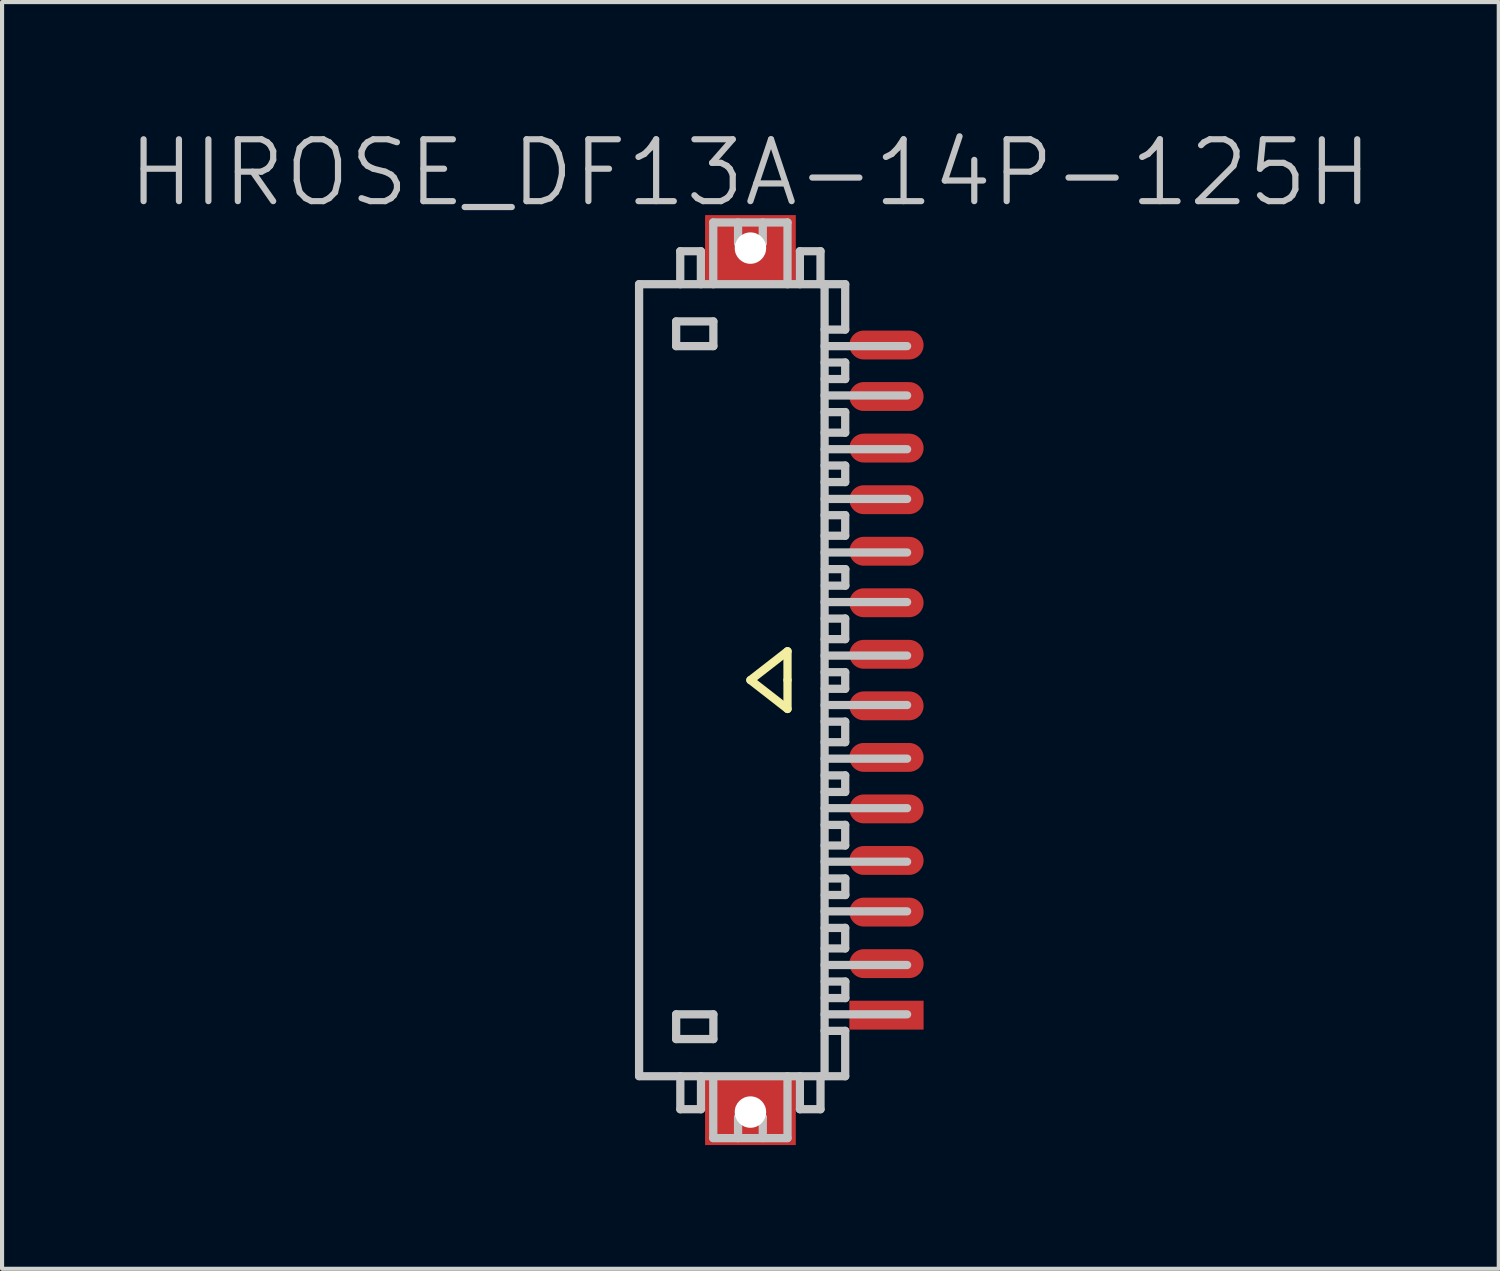
<source format=kicad_pcb>
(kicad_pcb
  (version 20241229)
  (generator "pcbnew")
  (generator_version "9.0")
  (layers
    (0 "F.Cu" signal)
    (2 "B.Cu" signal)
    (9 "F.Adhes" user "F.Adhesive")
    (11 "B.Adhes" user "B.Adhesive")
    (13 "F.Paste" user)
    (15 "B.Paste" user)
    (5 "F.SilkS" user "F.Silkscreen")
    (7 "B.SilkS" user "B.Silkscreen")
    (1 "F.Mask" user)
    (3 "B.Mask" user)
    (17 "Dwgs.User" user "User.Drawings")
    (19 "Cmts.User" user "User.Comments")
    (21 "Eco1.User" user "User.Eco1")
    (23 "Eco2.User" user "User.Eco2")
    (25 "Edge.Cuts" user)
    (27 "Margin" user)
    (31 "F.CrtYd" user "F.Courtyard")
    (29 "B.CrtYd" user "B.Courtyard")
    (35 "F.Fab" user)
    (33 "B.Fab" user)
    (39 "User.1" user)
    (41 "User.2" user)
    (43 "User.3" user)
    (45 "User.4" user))
  (footprint "HIROSE_DF13A-14P-125H"
    (layer "F.Cu")
    (at 15.146 13.441)
    (property "Reference" "HIROSE_DF13A-14P-125H" (at 0 -12.3 180) (layer "Dwgs.User") (effects (font (size 1.5 1.5) (thickness 0.15))))
    (attr smd)
    (fp_line (start 0 0) (end 0.9 0.7) (stroke (width 0.2) (type solid)) (layer "F.SilkS"))
    (fp_line (start 0.9 -0.7) (end 0 0) (stroke (width 0.2) (type solid)) (layer "F.SilkS"))
    (fp_line (start 0.9 0) (end 0.9 -0.7) (stroke (width 0.2) (type solid)) (layer "F.SilkS"))
    (fp_line (start 0.9 0.7) (end 0.9 0) (stroke (width 0.2) (type solid)) (layer "F.SilkS"))
    (fp_line (start -2.699 -9.601) (end -2.699 9.601) (stroke (width 0.2) (type solid)) (layer "Dwgs.User"))
    (fp_line (start -2.699 -9.599) (end 2.299 -9.599) (stroke (width 0.2) (type solid)) (layer "Dwgs.User"))
    (fp_line (start -1.8 -8.697) (end -1.8 -8.098) (stroke (width 0.2) (type solid)) (layer "Dwgs.User"))
    (fp_line (start -1.8 -8.098) (end -0.898 -8.098) (stroke (width 0.2) (type solid)) (layer "Dwgs.User"))
    (fp_line (start -1.8 8.105) (end -0.898 8.105) (stroke (width 0.2) (type solid)) (layer "Dwgs.User"))
    (fp_line (start -1.8 8.705) (end -1.8 8.105) (stroke (width 0.2) (type solid)) (layer "Dwgs.User"))
    (fp_line (start -1.701 -10.399) (end -1.701 -9.599) (stroke (width 0.2) (type solid)) (layer "Dwgs.User"))
    (fp_line (start -1.699 10.406) (end -1.699 9.606) (stroke (width 0.2) (type solid)) (layer "Dwgs.User"))
    (fp_line (start -1.201 -10.399) (end -1.701 -10.399) (stroke (width 0.2) (type solid)) (layer "Dwgs.User"))
    (fp_line (start -1.201 -9.599) (end -1.201 -10.399) (stroke (width 0.2) (type solid)) (layer "Dwgs.User"))
    (fp_line (start -1.198 9.606) (end -1.198 10.406) (stroke (width 0.2) (type solid)) (layer "Dwgs.User"))
    (fp_line (start -1.198 10.406) (end -1.699 10.406) (stroke (width 0.2) (type solid)) (layer "Dwgs.User"))
    (fp_line (start -0.901 -11.097) (end -0.901 -9.599) (stroke (width 0.2) (type solid)) (layer "Dwgs.User"))
    (fp_line (start -0.901 11.105) (end -0.901 9.705) (stroke (width 0.2) (type solid)) (layer "Dwgs.User"))
    (fp_line (start -0.898 -8.697) (end -1.8 -8.697) (stroke (width 0.2) (type solid)) (layer "Dwgs.User"))
    (fp_line (start -0.898 -8.098) (end -0.898 -8.697) (stroke (width 0.2) (type solid)) (layer "Dwgs.User"))
    (fp_line (start -0.898 8.105) (end -0.898 8.705) (stroke (width 0.2) (type solid)) (layer "Dwgs.User"))
    (fp_line (start -0.898 8.705) (end -1.8 8.705) (stroke (width 0.2) (type solid)) (layer "Dwgs.User"))
    (fp_line (start -0.299 -10.597) (end -0.299 -11.097) (stroke (width 0.2) (type solid)) (layer "Dwgs.User"))
    (fp_line (start -0.299 -10.597) (end 0.3 -10.597) (stroke (width 0.2) (type solid)) (layer "Dwgs.User"))
    (fp_line (start -0.299 10.607) (end 0.3 10.607) (stroke (width 0.2) (type solid)) (layer "Dwgs.User"))
    (fp_line (start -0.299 11.107) (end -0.299 10.607) (stroke (width 0.2) (type solid)) (layer "Dwgs.User"))
    (fp_line (start 0.3 -10.597) (end 0.3 -11.097) (stroke (width 0.2) (type solid)) (layer "Dwgs.User"))
    (fp_line (start 0.3 11.107) (end 0.3 10.607) (stroke (width 0.2) (type solid)) (layer "Dwgs.User"))
    (fp_line (start 0.9 -11.097) (end -0.901 -11.097) (stroke (width 0.2) (type solid)) (layer "Dwgs.User"))
    (fp_line (start 0.9 -9.599) (end 0.9 -11.097) (stroke (width 0.2) (type solid)) (layer "Dwgs.User"))
    (fp_line (start 0.9 11.105) (end 0.9 9.606) (stroke (width 0.2) (type solid)) (layer "Dwgs.User"))
    (fp_line (start 0.9 11.107) (end -0.901 11.107) (stroke (width 0.2) (type solid)) (layer "Dwgs.User"))
    (fp_line (start 1.2 -9.599) (end 1.2 -10.399) (stroke (width 0.2) (type solid)) (layer "Dwgs.User"))
    (fp_line (start 1.2 10.406) (end 1.2 9.606) (stroke (width 0.2) (type solid)) (layer "Dwgs.User"))
    (fp_line (start 1.7 -10.399) (end 1.2 -10.399) (stroke (width 0.2) (type solid)) (layer "Dwgs.User"))
    (fp_line (start 1.7 -10.399) (end 1.7 -9.599) (stroke (width 0.2) (type solid)) (layer "Dwgs.User"))
    (fp_line (start 1.7 9.606) (end 1.7 10.406) (stroke (width 0.2) (type solid)) (layer "Dwgs.User"))
    (fp_line (start 1.7 10.406) (end 1.2 10.406) (stroke (width 0.2) (type solid)) (layer "Dwgs.User"))
    (fp_line (start 1.799 -6.901) (end 3.8 -6.901) (stroke (width 0.2) (type solid)) (layer "Dwgs.User"))
    (fp_line (start 1.799 -6.497) (end 2.299 -6.497) (stroke (width 0.2) (type solid)) (layer "Dwgs.User"))
    (fp_line (start 1.799 -5.598) (end 3.8 -5.598) (stroke (width 0.2) (type solid)) (layer "Dwgs.User"))
    (fp_line (start 1.799 -4.392) (end 3.8 -4.392) (stroke (width 0.2) (type solid)) (layer "Dwgs.User"))
    (fp_line (start 1.799 -3.998) (end 2.299 -3.998) (stroke (width 0.2) (type solid)) (layer "Dwgs.User"))
    (fp_line (start 1.799 -3.094) (end 3.8 -3.094) (stroke (width 0.2) (type solid)) (layer "Dwgs.User"))
    (fp_line (start 1.799 -1.892) (end 3.8 -1.892) (stroke (width 0.2) (type solid)) (layer "Dwgs.User"))
    (fp_line (start 1.799 -1.491) (end 2.299 -1.491) (stroke (width 0.2) (type solid)) (layer "Dwgs.User"))
    (fp_line (start 1.799 -0.594) (end 3.8 -0.594) (stroke (width 0.2) (type solid)) (layer "Dwgs.User"))
    (fp_line (start 1.799 0.605) (end 3.8 0.605) (stroke (width 0.2) (type solid)) (layer "Dwgs.User"))
    (fp_line (start 1.799 1.008) (end 2.299 1.008) (stroke (width 0.2) (type solid)) (layer "Dwgs.User"))
    (fp_line (start 1.799 1.905) (end 3.8 1.905) (stroke (width 0.2) (type solid)) (layer "Dwgs.User"))
    (fp_line (start 1.799 3.106) (end 3.8 3.106) (stroke (width 0.2) (type solid)) (layer "Dwgs.User"))
    (fp_line (start 1.799 3.513) (end 2.299 3.513) (stroke (width 0.2) (type solid)) (layer "Dwgs.User"))
    (fp_line (start 1.799 4.404) (end 3.8 4.404) (stroke (width 0.2) (type solid)) (layer "Dwgs.User"))
    (fp_line (start 1.799 5.608) (end 3.8 5.608) (stroke (width 0.2) (type solid)) (layer "Dwgs.User"))
    (fp_line (start 1.799 6.01) (end 2.299 6.01) (stroke (width 0.2) (type solid)) (layer "Dwgs.User"))
    (fp_line (start 1.799 6.909) (end 3.8 6.909) (stroke (width 0.2) (type solid)) (layer "Dwgs.User"))
    (fp_line (start 1.799 8.105) (end 3.8 8.105) (stroke (width 0.2) (type solid)) (layer "Dwgs.User"))
    (fp_line (start 1.799 9.601) (end 1.799 -9.601) (stroke (width 0.2) (type solid)) (layer "Dwgs.User"))
    (fp_line (start 2.299 -8.499) (end 1.799 -8.499) (stroke (width 0.2) (type solid)) (layer "Dwgs.User"))
    (fp_line (start 2.299 -8.499) (end 2.299 -9.599) (stroke (width 0.2) (type solid)) (layer "Dwgs.User"))
    (fp_line (start 2.299 -7.701) (end 1.799 -7.701) (stroke (width 0.2) (type solid)) (layer "Dwgs.User"))
    (fp_line (start 2.299 -7.3) (end 1.799 -7.3) (stroke (width 0.2) (type solid)) (layer "Dwgs.User"))
    (fp_line (start 2.299 -7.3) (end 2.299 -7.701) (stroke (width 0.2) (type solid)) (layer "Dwgs.User"))
    (fp_line (start 2.299 -6.5) (end 2.299 -5.999) (stroke (width 0.2) (type solid)) (layer "Dwgs.User"))
    (fp_line (start 2.299 -5.999) (end 1.799 -5.999) (stroke (width 0.2) (type solid)) (layer "Dwgs.User"))
    (fp_line (start 2.299 -5.202) (end 1.799 -5.202) (stroke (width 0.2) (type solid)) (layer "Dwgs.User"))
    (fp_line (start 2.299 -4.801) (end 1.799 -4.801) (stroke (width 0.2) (type solid)) (layer "Dwgs.User"))
    (fp_line (start 2.299 -4.801) (end 2.299 -5.202) (stroke (width 0.2) (type solid)) (layer "Dwgs.User"))
    (fp_line (start 2.299 -4) (end 2.299 -3.5) (stroke (width 0.2) (type solid)) (layer "Dwgs.User"))
    (fp_line (start 2.299 -3.5) (end 1.799 -3.5) (stroke (width 0.2) (type solid)) (layer "Dwgs.User"))
    (fp_line (start 2.299 -1.494) (end 2.299 -0.993) (stroke (width 0.2) (type solid)) (layer "Dwgs.User"))
    (fp_line (start 2.299 -0.993) (end 1.799 -0.993) (stroke (width 0.2) (type solid)) (layer "Dwgs.User"))
    (fp_line (start 2.299 -0.191) (end 1.799 -0.191) (stroke (width 0.2) (type solid)) (layer "Dwgs.User"))
    (fp_line (start 2.299 0.211) (end 1.799 0.211) (stroke (width 0.2) (type solid)) (layer "Dwgs.User"))
    (fp_line (start 2.299 0.211) (end 2.299 -0.191) (stroke (width 0.2) (type solid)) (layer "Dwgs.User"))
    (fp_line (start 2.299 1.006) (end 2.299 1.506) (stroke (width 0.2) (type solid)) (layer "Dwgs.User"))
    (fp_line (start 2.299 1.506) (end 1.799 1.506) (stroke (width 0.2) (type solid)) (layer "Dwgs.User"))
    (fp_line (start 2.299 2.311) (end 1.799 2.311) (stroke (width 0.2) (type solid)) (layer "Dwgs.User"))
    (fp_line (start 2.299 2.713) (end 1.799 2.713) (stroke (width 0.2) (type solid)) (layer "Dwgs.User"))
    (fp_line (start 2.299 2.713) (end 2.299 2.311) (stroke (width 0.2) (type solid)) (layer "Dwgs.User"))
    (fp_line (start 2.299 3.51) (end 2.299 4.011) (stroke (width 0.2) (type solid)) (layer "Dwgs.User"))
    (fp_line (start 2.299 4.011) (end 1.799 4.011) (stroke (width 0.2) (type solid)) (layer "Dwgs.User"))
    (fp_line (start 2.299 6.007) (end 2.299 6.507) (stroke (width 0.2) (type solid)) (layer "Dwgs.User"))
    (fp_line (start 2.299 6.507) (end 1.799 6.507) (stroke (width 0.2) (type solid)) (layer "Dwgs.User"))
    (fp_line (start 2.299 8.506) (end 1.799 8.506) (stroke (width 0.2) (type solid)) (layer "Dwgs.User"))
    (fp_line (start 2.299 9.606) (end -2.699 9.606) (stroke (width 0.2) (type solid)) (layer "Dwgs.User"))
    (fp_line (start 2.299 9.606) (end 2.299 8.506) (stroke (width 0.2) (type solid)) (layer "Dwgs.User"))
    (fp_line (start 2.302 -2.69) (end 1.802 -2.69) (stroke (width 0.2) (type solid)) (layer "Dwgs.User"))
    (fp_line (start 2.302 -2.289) (end 1.802 -2.289) (stroke (width 0.2) (type solid)) (layer "Dwgs.User"))
    (fp_line (start 2.302 -2.289) (end 2.302 -2.69) (stroke (width 0.2) (type solid)) (layer "Dwgs.User"))
    (fp_line (start 2.302 4.811) (end 1.802 4.811) (stroke (width 0.2) (type solid)) (layer "Dwgs.User"))
    (fp_line (start 2.302 5.212) (end 1.802 5.212) (stroke (width 0.2) (type solid)) (layer "Dwgs.User"))
    (fp_line (start 2.302 5.212) (end 2.302 4.811) (stroke (width 0.2) (type solid)) (layer "Dwgs.User"))
    (fp_line (start 2.302 7.31) (end 1.802 7.31) (stroke (width 0.2) (type solid)) (layer "Dwgs.User"))
    (fp_line (start 2.302 7.711) (end 1.802 7.711) (stroke (width 0.2) (type solid)) (layer "Dwgs.User"))
    (fp_line (start 2.302 7.711) (end 2.302 7.31) (stroke (width 0.2) (type solid)) (layer "Dwgs.User"))
    (fp_line (start 3.8 -8.098) (end 1.799 -8.098) (stroke (width 0.2) (type solid)) (layer "Dwgs.User"))
    (pad "" np_thru_hole rect (at 0.001 -10.475 270) (size 1.6 2.2) (drill 0.762) (layers "F.Cu" "F.Mask" "F.Paste"))
    (pad "" np_thru_hole rect (at 0.001 10.475 270) (size 1.6 2.2) (drill 0.762) (layers "F.Cu" "F.Mask" "F.Paste"))
    (pad "1" smd rect (at 3.3 8.125 270) (size 0.7 1.8) (layers "F.Cu" "F.Mask" "F.Paste"))
    (pad "2" smd oval (at 3.3 6.876 270) (size 0.7 1.8) (layers "F.Cu" "F.Mask" "F.Paste"))
    (pad "3" smd oval (at 3.3 5.626 270) (size 0.7 1.8) (layers "F.Cu" "F.Mask" "F.Paste"))
    (pad "4" smd oval (at 3.3 4.374 270) (size 0.7 1.8) (layers "F.Cu" "F.Mask" "F.Paste"))
    (pad "5" smd oval (at 3.3 3.124 270) (size 0.7 1.8) (layers "F.Cu" "F.Mask" "F.Paste"))
    (pad "6" smd oval (at 3.3 1.875 270) (size 0.7 1.8) (layers "F.Cu" "F.Mask" "F.Paste"))
    (pad "7" smd oval (at 3.3 0.625 270) (size 0.7 1.8) (layers "F.Cu" "F.Mask" "F.Paste"))
    (pad "8" smd oval (at 3.3 -0.625 270) (size 0.7 1.8) (layers "F.Cu" "F.Mask" "F.Paste"))
    (pad "9" smd oval (at 3.3 -1.875 270) (size 0.7 1.8) (layers "F.Cu" "F.Mask" "F.Paste"))
    (pad "10" smd oval (at 3.3 -3.124 270) (size 0.7 1.8) (layers "F.Cu" "F.Mask" "F.Paste"))
    (pad "11" smd oval (at 3.3 -4.374 270) (size 0.7 1.8) (layers "F.Cu" "F.Mask" "F.Paste"))
    (pad "12" smd oval (at 3.3 -5.626 270) (size 0.7 1.8) (layers "F.Cu" "F.Mask" "F.Paste"))
    (pad "13" smd oval (at 3.3 -6.876 270) (size 0.7 1.8) (layers "F.Cu" "F.Mask" "F.Paste"))
    (pad "14" smd oval (at 3.3 -8.125 270) (size 0.7 1.8) (layers "F.Cu" "F.Mask" "F.Paste")))
  (gr_rect
    (start -3 -3)
    (end 33.293 27.716)
    (stroke (width 0.1) (type default))
    (fill no)
    (layer "Edge.Cuts")))
</source>
